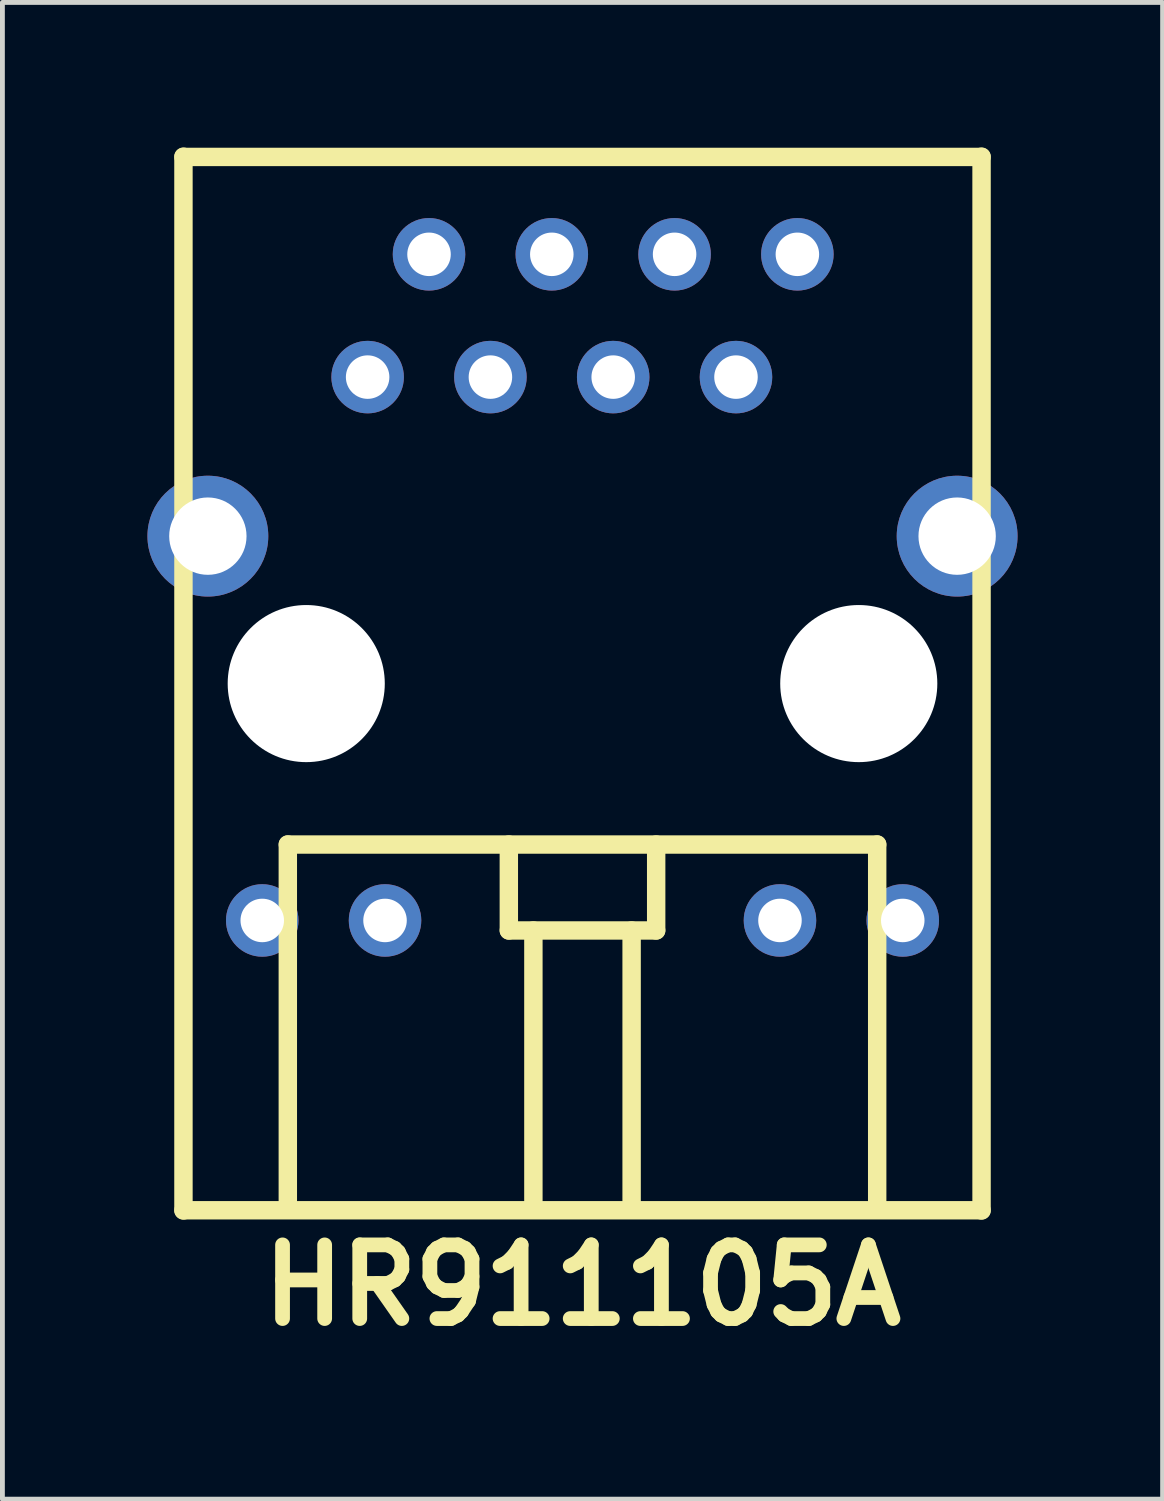
<source format=kicad_pcb>
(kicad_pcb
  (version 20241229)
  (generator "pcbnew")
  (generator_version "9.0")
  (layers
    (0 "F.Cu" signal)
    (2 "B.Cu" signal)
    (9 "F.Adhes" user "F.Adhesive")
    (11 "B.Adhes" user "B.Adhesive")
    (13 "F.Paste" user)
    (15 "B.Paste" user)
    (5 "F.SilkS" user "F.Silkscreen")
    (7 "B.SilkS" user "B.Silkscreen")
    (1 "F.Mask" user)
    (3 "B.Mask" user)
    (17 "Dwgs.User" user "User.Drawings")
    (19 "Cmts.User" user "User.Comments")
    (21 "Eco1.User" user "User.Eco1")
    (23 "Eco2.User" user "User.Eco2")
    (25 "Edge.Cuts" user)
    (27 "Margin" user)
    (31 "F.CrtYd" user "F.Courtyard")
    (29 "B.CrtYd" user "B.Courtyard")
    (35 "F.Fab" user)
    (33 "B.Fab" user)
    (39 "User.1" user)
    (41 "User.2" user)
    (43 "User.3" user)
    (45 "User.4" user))
  (footprint "HR911105A"
    (layer "F.Cu")
    (at 9 11.091)
    (property "Reference" "HR911105A" (at 0 12.446 0) (layer "F.SilkS") (effects (font (size 1.524 1.524) (thickness 0.305))))
    (attr through_hole)
    (fp_line (start -8.255 -10.895) (end 8.255 -10.895) (stroke (width 0.381) (type solid)) (layer "F.SilkS"))
    (fp_line (start -8.255 10.895) (end 8.255 10.895) (stroke (width 0.381) (type solid)) (layer "F.SilkS"))
    (fp_line (start -8.255 10.9) (end -8.255 -10.9) (stroke (width 0.381) (type solid)) (layer "F.SilkS"))
    (fp_line (start -6.096 3.329) (end -6.096 10.695) (stroke (width 0.381) (type solid)) (layer "F.SilkS"))
    (fp_line (start -6.096 3.329) (end 6.096 3.329) (stroke (width 0.381) (type solid)) (layer "F.SilkS"))
    (fp_line (start -1.524 5.107) (end -1.524 3.329) (stroke (width 0.381) (type solid)) (layer "F.SilkS"))
    (fp_line (start -1.016 10.695) (end -1.016 5.107) (stroke (width 0.381) (type solid)) (layer "F.SilkS"))
    (fp_line (start 1.016 5.107) (end 1.016 10.695) (stroke (width 0.381) (type solid)) (layer "F.SilkS"))
    (fp_line (start 1.524 3.329) (end 1.524 5.107) (stroke (width 0.381) (type solid)) (layer "F.SilkS"))
    (fp_line (start 1.524 5.107) (end -1.524 5.107) (stroke (width 0.381) (type solid)) (layer "F.SilkS"))
    (fp_line (start 6.096 3.329) (end 6.096 10.695) (stroke (width 0.381) (type solid)) (layer "F.SilkS"))
    (fp_line (start 8.255 -10.9) (end 8.255 10.9) (stroke (width 0.381) (type solid)) (layer "F.SilkS"))
    (pad "" np_thru_hole circle (at -5.715 0) (size 3.25 3.25) (drill 3.25) (layers "*.Cu"))
    (pad "" np_thru_hole circle (at 5.715 0) (size 3.25 3.25) (drill 3.25) (layers "*.Cu"))
    (pad "1" thru_hole circle (at -4.445 -6.34) (size 1.5 1.5) (drill 0.9) (layers "*.Cu" "*.Mask"))
    (pad "2" thru_hole circle (at -3.175 -8.88) (size 1.5 1.5) (drill 0.9) (layers "*.Cu" "*.Mask"))
    (pad "3" thru_hole circle (at -1.905 -6.34) (size 1.5 1.5) (drill 0.9) (layers "*.Cu" "*.Mask"))
    (pad "4" thru_hole circle (at -0.635 -8.88) (size 1.5 1.5) (drill 0.9) (layers "*.Cu" "*.Mask"))
    (pad "5" thru_hole circle (at 0.635 -6.34) (size 1.5 1.5) (drill 0.9) (layers "*.Cu" "*.Mask"))
    (pad "6" thru_hole circle (at 1.905 -8.88) (size 1.5 1.5) (drill 0.9) (layers "*.Cu" "*.Mask"))
    (pad "7" thru_hole circle (at 3.175 -6.34) (size 1.5 1.5) (drill 0.9) (layers "*.Cu" "*.Mask"))
    (pad "8" thru_hole circle (at 4.445 -8.88) (size 1.5 1.5) (drill 0.9) (layers "*.Cu" "*.Mask"))
    (pad "9" thru_hole circle (at 6.625 4.9) (size 1.5 1.5) (drill 0.9) (layers "*.Cu" "*.Mask"))
    (pad "10" thru_hole circle (at 4.085 4.9) (size 1.5 1.5) (drill 0.9) (layers "*.Cu" "*.Mask"))
    (pad "11" thru_hole circle (at -4.085 4.9) (size 1.5 1.5) (drill 0.9) (layers "*.Cu" "*.Mask"))
    (pad "12" thru_hole circle (at -6.625 4.9) (size 1.5 1.5) (drill 0.9) (layers "*.Cu" "*.Mask"))
    (pad "13" thru_hole circle (at -7.75 -3.05) (size 2.5 2.5) (drill 1.6) (layers "*.Cu" "*.Mask"))
    (pad "13" thru_hole circle (at 7.75 -3.05) (size 2.5 2.5) (drill 1.6) (layers "*.Cu" "*.Mask")))
  (gr_rect
    (start -3 -3)
    (end 21 27.963)
    (stroke (width 0.1) (type default))
    (fill no)
    (layer "Edge.Cuts")))
</source>
